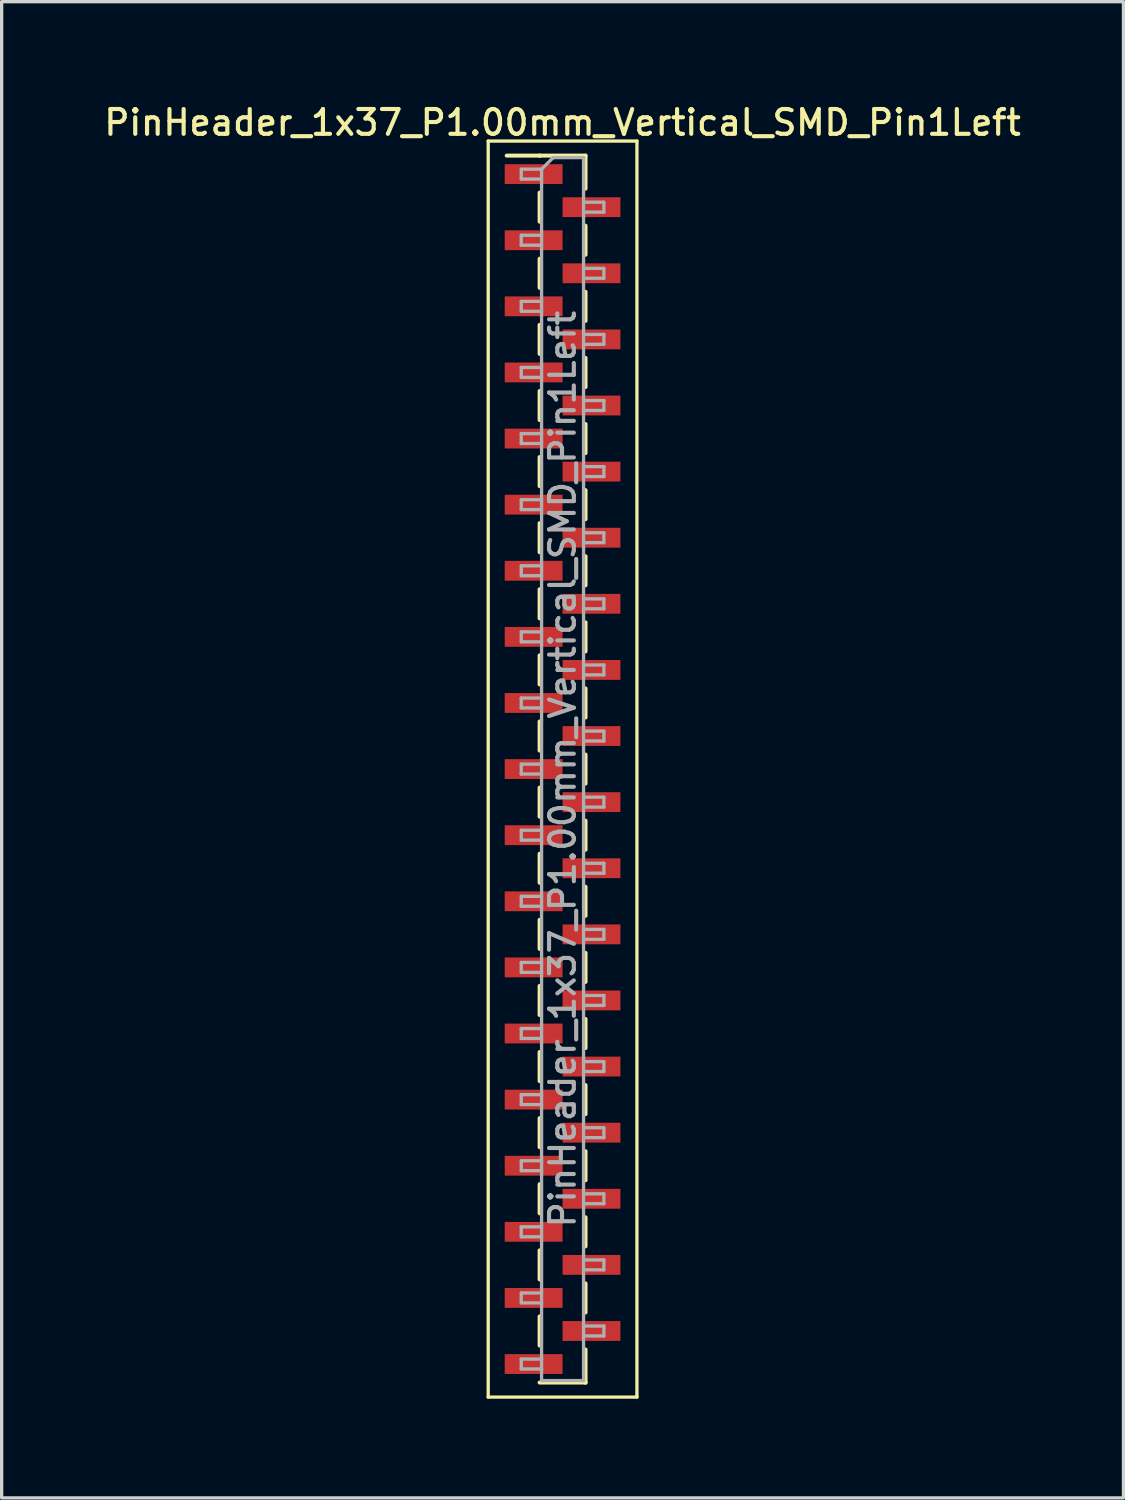
<source format=kicad_pcb>
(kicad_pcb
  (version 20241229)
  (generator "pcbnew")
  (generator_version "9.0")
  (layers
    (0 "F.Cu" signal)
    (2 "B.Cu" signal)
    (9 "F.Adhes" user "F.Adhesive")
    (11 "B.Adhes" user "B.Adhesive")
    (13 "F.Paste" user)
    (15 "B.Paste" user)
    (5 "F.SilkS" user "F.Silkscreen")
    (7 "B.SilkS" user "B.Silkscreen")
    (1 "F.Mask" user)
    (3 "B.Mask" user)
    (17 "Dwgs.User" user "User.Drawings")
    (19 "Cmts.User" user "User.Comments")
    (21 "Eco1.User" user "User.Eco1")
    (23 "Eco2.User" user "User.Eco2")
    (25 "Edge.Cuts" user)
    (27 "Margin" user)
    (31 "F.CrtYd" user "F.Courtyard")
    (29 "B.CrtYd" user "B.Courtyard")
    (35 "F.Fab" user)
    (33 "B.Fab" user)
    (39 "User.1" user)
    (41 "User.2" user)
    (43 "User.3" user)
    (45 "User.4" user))
  (footprint "PinHeader_1x37_P1.00mm_Vertical_SMD_Pin1Left"
    (layer "F.Cu")
    (at 13.97 20.218)
    (property "Reference" "PinHeader_1x37_P1.00mm_Vertical_SMD_Pin1Left" (at 0 -19.56 0) (layer "F.SilkS") (effects (font (size 0.75 0.75) (thickness 0.125))))
    (attr smd)
    (fp_line (start -2.25 -19) (end -2.25 19) (stroke (width 0.1) (type solid)) (layer "F.SilkS"))
    (fp_line (start -2.25 19) (end 2.25 19) (stroke (width 0.1) (type solid)) (layer "F.SilkS"))
    (fp_line (start -0.695 -18.56) (end -1.69 -18.56) (stroke (width 0.12) (type solid)) (layer "F.SilkS"))
    (fp_line (start -0.695 -18.56) (end -0.695 -18.56) (stroke (width 0.12) (type solid)) (layer "F.SilkS"))
    (fp_line (start -0.695 -18.56) (end 0.695 -18.56) (stroke (width 0.12) (type solid)) (layer "F.SilkS"))
    (fp_line (start -0.695 -17.44) (end -0.695 -16.56) (stroke (width 0.12) (type solid)) (layer "F.SilkS"))
    (fp_line (start -0.695 -15.44) (end -0.695 -14.56) (stroke (width 0.12) (type solid)) (layer "F.SilkS"))
    (fp_line (start -0.695 -13.44) (end -0.695 -12.56) (stroke (width 0.12) (type solid)) (layer "F.SilkS"))
    (fp_line (start -0.695 -11.44) (end -0.695 -10.56) (stroke (width 0.12) (type solid)) (layer "F.SilkS"))
    (fp_line (start -0.695 -9.44) (end -0.695 -8.56) (stroke (width 0.12) (type solid)) (layer "F.SilkS"))
    (fp_line (start -0.695 -7.44) (end -0.695 -6.56) (stroke (width 0.12) (type solid)) (layer "F.SilkS"))
    (fp_line (start -0.695 -5.44) (end -0.695 -4.56) (stroke (width 0.12) (type solid)) (layer "F.SilkS"))
    (fp_line (start -0.695 -3.44) (end -0.695 -2.56) (stroke (width 0.12) (type solid)) (layer "F.SilkS"))
    (fp_line (start -0.695 -1.44) (end -0.695 -0.56) (stroke (width 0.12) (type solid)) (layer "F.SilkS"))
    (fp_line (start -0.695 0.56) (end -0.695 1.44) (stroke (width 0.12) (type solid)) (layer "F.SilkS"))
    (fp_line (start -0.695 2.56) (end -0.695 3.44) (stroke (width 0.12) (type solid)) (layer "F.SilkS"))
    (fp_line (start -0.695 4.56) (end -0.695 5.44) (stroke (width 0.12) (type solid)) (layer "F.SilkS"))
    (fp_line (start -0.695 6.56) (end -0.695 7.44) (stroke (width 0.12) (type solid)) (layer "F.SilkS"))
    (fp_line (start -0.695 8.56) (end -0.695 9.44) (stroke (width 0.12) (type solid)) (layer "F.SilkS"))
    (fp_line (start -0.695 10.56) (end -0.695 11.44) (stroke (width 0.12) (type solid)) (layer "F.SilkS"))
    (fp_line (start -0.695 12.56) (end -0.695 13.44) (stroke (width 0.12) (type solid)) (layer "F.SilkS"))
    (fp_line (start -0.695 14.56) (end -0.695 15.44) (stroke (width 0.12) (type solid)) (layer "F.SilkS"))
    (fp_line (start -0.695 16.56) (end -0.695 17.44) (stroke (width 0.12) (type solid)) (layer "F.SilkS"))
    (fp_line (start -0.695 18.56) (end 0.695 18.56) (stroke (width 0.12) (type solid)) (layer "F.SilkS"))
    (fp_line (start 0.695 -18.56) (end 0.695 -17.56) (stroke (width 0.12) (type solid)) (layer "F.SilkS"))
    (fp_line (start 0.695 -16.44) (end 0.695 -15.56) (stroke (width 0.12) (type solid)) (layer "F.SilkS"))
    (fp_line (start 0.695 -14.44) (end 0.695 -13.56) (stroke (width 0.12) (type solid)) (layer "F.SilkS"))
    (fp_line (start 0.695 -12.44) (end 0.695 -11.56) (stroke (width 0.12) (type solid)) (layer "F.SilkS"))
    (fp_line (start 0.695 -10.44) (end 0.695 -9.56) (stroke (width 0.12) (type solid)) (layer "F.SilkS"))
    (fp_line (start 0.695 -8.44) (end 0.695 -7.56) (stroke (width 0.12) (type solid)) (layer "F.SilkS"))
    (fp_line (start 0.695 -6.44) (end 0.695 -5.56) (stroke (width 0.12) (type solid)) (layer "F.SilkS"))
    (fp_line (start 0.695 -4.44) (end 0.695 -3.56) (stroke (width 0.12) (type solid)) (layer "F.SilkS"))
    (fp_line (start 0.695 -2.44) (end 0.695 -1.56) (stroke (width 0.12) (type solid)) (layer "F.SilkS"))
    (fp_line (start 0.695 -0.44) (end 0.695 0.44) (stroke (width 0.12) (type solid)) (layer "F.SilkS"))
    (fp_line (start 0.695 1.56) (end 0.695 2.44) (stroke (width 0.12) (type solid)) (layer "F.SilkS"))
    (fp_line (start 0.695 3.56) (end 0.695 4.44) (stroke (width 0.12) (type solid)) (layer "F.SilkS"))
    (fp_line (start 0.695 5.56) (end 0.695 6.44) (stroke (width 0.12) (type solid)) (layer "F.SilkS"))
    (fp_line (start 0.695 7.56) (end 0.695 8.44) (stroke (width 0.12) (type solid)) (layer "F.SilkS"))
    (fp_line (start 0.695 9.56) (end 0.695 10.44) (stroke (width 0.12) (type solid)) (layer "F.SilkS"))
    (fp_line (start 0.695 11.56) (end 0.695 12.44) (stroke (width 0.12) (type solid)) (layer "F.SilkS"))
    (fp_line (start 0.695 13.56) (end 0.695 14.44) (stroke (width 0.12) (type solid)) (layer "F.SilkS"))
    (fp_line (start 0.695 15.56) (end 0.695 16.44) (stroke (width 0.12) (type solid)) (layer "F.SilkS"))
    (fp_line (start 0.695 17.56) (end 0.695 18.56) (stroke (width 0.12) (type solid)) (layer "F.SilkS"))
    (fp_line (start 0.695 18.56) (end 0.695 18.56) (stroke (width 0.12) (type solid)) (layer "F.SilkS"))
    (fp_line (start 2.25 -19) (end -2.25 -19) (stroke (width 0.1) (type solid)) (layer "F.SilkS"))
    (fp_line (start 2.25 19) (end 2.25 -19) (stroke (width 0.1) (type solid)) (layer "F.SilkS"))
    (fp_line (start -1.25 -18.15) (end -1.25 -17.85) (stroke (width 0.1) (type solid)) (layer "F.Fab"))
    (fp_line (start -1.25 -17.85) (end -0.635 -17.85) (stroke (width 0.1) (type solid)) (layer "F.Fab"))
    (fp_line (start -1.25 -16.15) (end -1.25 -15.85) (stroke (width 0.1) (type solid)) (layer "F.Fab"))
    (fp_line (start -1.25 -15.85) (end -0.635 -15.85) (stroke (width 0.1) (type solid)) (layer "F.Fab"))
    (fp_line (start -1.25 -14.15) (end -1.25 -13.85) (stroke (width 0.1) (type solid)) (layer "F.Fab"))
    (fp_line (start -1.25 -13.85) (end -0.635 -13.85) (stroke (width 0.1) (type solid)) (layer "F.Fab"))
    (fp_line (start -1.25 -12.15) (end -1.25 -11.85) (stroke (width 0.1) (type solid)) (layer "F.Fab"))
    (fp_line (start -1.25 -11.85) (end -0.635 -11.85) (stroke (width 0.1) (type solid)) (layer "F.Fab"))
    (fp_line (start -1.25 -10.15) (end -1.25 -9.85) (stroke (width 0.1) (type solid)) (layer "F.Fab"))
    (fp_line (start -1.25 -9.85) (end -0.635 -9.85) (stroke (width 0.1) (type solid)) (layer "F.Fab"))
    (fp_line (start -1.25 -8.15) (end -1.25 -7.85) (stroke (width 0.1) (type solid)) (layer "F.Fab"))
    (fp_line (start -1.25 -7.85) (end -0.635 -7.85) (stroke (width 0.1) (type solid)) (layer "F.Fab"))
    (fp_line (start -1.25 -6.15) (end -1.25 -5.85) (stroke (width 0.1) (type solid)) (layer "F.Fab"))
    (fp_line (start -1.25 -5.85) (end -0.635 -5.85) (stroke (width 0.1) (type solid)) (layer "F.Fab"))
    (fp_line (start -1.25 -4.15) (end -1.25 -3.85) (stroke (width 0.1) (type solid)) (layer "F.Fab"))
    (fp_line (start -1.25 -3.85) (end -0.635 -3.85) (stroke (width 0.1) (type solid)) (layer "F.Fab"))
    (fp_line (start -1.25 -2.15) (end -1.25 -1.85) (stroke (width 0.1) (type solid)) (layer "F.Fab"))
    (fp_line (start -1.25 -1.85) (end -0.635 -1.85) (stroke (width 0.1) (type solid)) (layer "F.Fab"))
    (fp_line (start -1.25 -0.15) (end -1.25 0.15) (stroke (width 0.1) (type solid)) (layer "F.Fab"))
    (fp_line (start -1.25 0.15) (end -0.635 0.15) (stroke (width 0.1) (type solid)) (layer "F.Fab"))
    (fp_line (start -1.25 1.85) (end -1.25 2.15) (stroke (width 0.1) (type solid)) (layer "F.Fab"))
    (fp_line (start -1.25 2.15) (end -0.635 2.15) (stroke (width 0.1) (type solid)) (layer "F.Fab"))
    (fp_line (start -1.25 3.85) (end -1.25 4.15) (stroke (width 0.1) (type solid)) (layer "F.Fab"))
    (fp_line (start -1.25 4.15) (end -0.635 4.15) (stroke (width 0.1) (type solid)) (layer "F.Fab"))
    (fp_line (start -1.25 5.85) (end -1.25 6.15) (stroke (width 0.1) (type solid)) (layer "F.Fab"))
    (fp_line (start -1.25 6.15) (end -0.635 6.15) (stroke (width 0.1) (type solid)) (layer "F.Fab"))
    (fp_line (start -1.25 7.85) (end -1.25 8.15) (stroke (width 0.1) (type solid)) (layer "F.Fab"))
    (fp_line (start -1.25 8.15) (end -0.635 8.15) (stroke (width 0.1) (type solid)) (layer "F.Fab"))
    (fp_line (start -1.25 9.85) (end -1.25 10.15) (stroke (width 0.1) (type solid)) (layer "F.Fab"))
    (fp_line (start -1.25 10.15) (end -0.635 10.15) (stroke (width 0.1) (type solid)) (layer "F.Fab"))
    (fp_line (start -1.25 11.85) (end -1.25 12.15) (stroke (width 0.1) (type solid)) (layer "F.Fab"))
    (fp_line (start -1.25 12.15) (end -0.635 12.15) (stroke (width 0.1) (type solid)) (layer "F.Fab"))
    (fp_line (start -1.25 13.85) (end -1.25 14.15) (stroke (width 0.1) (type solid)) (layer "F.Fab"))
    (fp_line (start -1.25 14.15) (end -0.635 14.15) (stroke (width 0.1) (type solid)) (layer "F.Fab"))
    (fp_line (start -1.25 15.85) (end -1.25 16.15) (stroke (width 0.1) (type solid)) (layer "F.Fab"))
    (fp_line (start -1.25 16.15) (end -0.635 16.15) (stroke (width 0.1) (type solid)) (layer "F.Fab"))
    (fp_line (start -1.25 17.85) (end -1.25 18.15) (stroke (width 0.1) (type solid)) (layer "F.Fab"))
    (fp_line (start -1.25 18.15) (end -0.635 18.15) (stroke (width 0.1) (type solid)) (layer "F.Fab"))
    (fp_line (start -0.635 -18.15) (end -1.25 -18.15) (stroke (width 0.1) (type solid)) (layer "F.Fab"))
    (fp_line (start -0.635 -18.15) (end -0.285 -18.5) (stroke (width 0.1) (type solid)) (layer "F.Fab"))
    (fp_line (start -0.635 -16.15) (end -1.25 -16.15) (stroke (width 0.1) (type solid)) (layer "F.Fab"))
    (fp_line (start -0.635 -14.15) (end -1.25 -14.15) (stroke (width 0.1) (type solid)) (layer "F.Fab"))
    (fp_line (start -0.635 -12.15) (end -1.25 -12.15) (stroke (width 0.1) (type solid)) (layer "F.Fab"))
    (fp_line (start -0.635 -10.15) (end -1.25 -10.15) (stroke (width 0.1) (type solid)) (layer "F.Fab"))
    (fp_line (start -0.635 -8.15) (end -1.25 -8.15) (stroke (width 0.1) (type solid)) (layer "F.Fab"))
    (fp_line (start -0.635 -6.15) (end -1.25 -6.15) (stroke (width 0.1) (type solid)) (layer "F.Fab"))
    (fp_line (start -0.635 -4.15) (end -1.25 -4.15) (stroke (width 0.1) (type solid)) (layer "F.Fab"))
    (fp_line (start -0.635 -2.15) (end -1.25 -2.15) (stroke (width 0.1) (type solid)) (layer "F.Fab"))
    (fp_line (start -0.635 -0.15) (end -1.25 -0.15) (stroke (width 0.1) (type solid)) (layer "F.Fab"))
    (fp_line (start -0.635 1.85) (end -1.25 1.85) (stroke (width 0.1) (type solid)) (layer "F.Fab"))
    (fp_line (start -0.635 3.85) (end -1.25 3.85) (stroke (width 0.1) (type solid)) (layer "F.Fab"))
    (fp_line (start -0.635 5.85) (end -1.25 5.85) (stroke (width 0.1) (type solid)) (layer "F.Fab"))
    (fp_line (start -0.635 7.85) (end -1.25 7.85) (stroke (width 0.1) (type solid)) (layer "F.Fab"))
    (fp_line (start -0.635 9.85) (end -1.25 9.85) (stroke (width 0.1) (type solid)) (layer "F.Fab"))
    (fp_line (start -0.635 11.85) (end -1.25 11.85) (stroke (width 0.1) (type solid)) (layer "F.Fab"))
    (fp_line (start -0.635 13.85) (end -1.25 13.85) (stroke (width 0.1) (type solid)) (layer "F.Fab"))
    (fp_line (start -0.635 15.85) (end -1.25 15.85) (stroke (width 0.1) (type solid)) (layer "F.Fab"))
    (fp_line (start -0.635 17.85) (end -1.25 17.85) (stroke (width 0.1) (type solid)) (layer "F.Fab"))
    (fp_line (start -0.635 18.5) (end -0.635 -18.15) (stroke (width 0.1) (type solid)) (layer "F.Fab"))
    (fp_line (start -0.285 -18.5) (end 0.635 -18.5) (stroke (width 0.1) (type solid)) (layer "F.Fab"))
    (fp_line (start 0.635 -18.5) (end 0.635 18.5) (stroke (width 0.1) (type solid)) (layer "F.Fab"))
    (fp_line (start 0.635 -17.15) (end 1.25 -17.15) (stroke (width 0.1) (type solid)) (layer "F.Fab"))
    (fp_line (start 0.635 -15.15) (end 1.25 -15.15) (stroke (width 0.1) (type solid)) (layer "F.Fab"))
    (fp_line (start 0.635 -13.15) (end 1.25 -13.15) (stroke (width 0.1) (type solid)) (layer "F.Fab"))
    (fp_line (start 0.635 -11.15) (end 1.25 -11.15) (stroke (width 0.1) (type solid)) (layer "F.Fab"))
    (fp_line (start 0.635 -9.15) (end 1.25 -9.15) (stroke (width 0.1) (type solid)) (layer "F.Fab"))
    (fp_line (start 0.635 -7.15) (end 1.25 -7.15) (stroke (width 0.1) (type solid)) (layer "F.Fab"))
    (fp_line (start 0.635 -5.15) (end 1.25 -5.15) (stroke (width 0.1) (type solid)) (layer "F.Fab"))
    (fp_line (start 0.635 -3.15) (end 1.25 -3.15) (stroke (width 0.1) (type solid)) (layer "F.Fab"))
    (fp_line (start 0.635 -1.15) (end 1.25 -1.15) (stroke (width 0.1) (type solid)) (layer "F.Fab"))
    (fp_line (start 0.635 0.85) (end 1.25 0.85) (stroke (width 0.1) (type solid)) (layer "F.Fab"))
    (fp_line (start 0.635 2.85) (end 1.25 2.85) (stroke (width 0.1) (type solid)) (layer "F.Fab"))
    (fp_line (start 0.635 4.85) (end 1.25 4.85) (stroke (width 0.1) (type solid)) (layer "F.Fab"))
    (fp_line (start 0.635 6.85) (end 1.25 6.85) (stroke (width 0.1) (type solid)) (layer "F.Fab"))
    (fp_line (start 0.635 8.85) (end 1.25 8.85) (stroke (width 0.1) (type solid)) (layer "F.Fab"))
    (fp_line (start 0.635 10.85) (end 1.25 10.85) (stroke (width 0.1) (type solid)) (layer "F.Fab"))
    (fp_line (start 0.635 12.85) (end 1.25 12.85) (stroke (width 0.1) (type solid)) (layer "F.Fab"))
    (fp_line (start 0.635 14.85) (end 1.25 14.85) (stroke (width 0.1) (type solid)) (layer "F.Fab"))
    (fp_line (start 0.635 16.85) (end 1.25 16.85) (stroke (width 0.1) (type solid)) (layer "F.Fab"))
    (fp_line (start 0.635 18.5) (end -0.635 18.5) (stroke (width 0.1) (type solid)) (layer "F.Fab"))
    (fp_line (start 1.25 -17.15) (end 1.25 -16.85) (stroke (width 0.1) (type solid)) (layer "F.Fab"))
    (fp_line (start 1.25 -16.85) (end 0.635 -16.85) (stroke (width 0.1) (type solid)) (layer "F.Fab"))
    (fp_line (start 1.25 -15.15) (end 1.25 -14.85) (stroke (width 0.1) (type solid)) (layer "F.Fab"))
    (fp_line (start 1.25 -14.85) (end 0.635 -14.85) (stroke (width 0.1) (type solid)) (layer "F.Fab"))
    (fp_line (start 1.25 -13.15) (end 1.25 -12.85) (stroke (width 0.1) (type solid)) (layer "F.Fab"))
    (fp_line (start 1.25 -12.85) (end 0.635 -12.85) (stroke (width 0.1) (type solid)) (layer "F.Fab"))
    (fp_line (start 1.25 -11.15) (end 1.25 -10.85) (stroke (width 0.1) (type solid)) (layer "F.Fab"))
    (fp_line (start 1.25 -10.85) (end 0.635 -10.85) (stroke (width 0.1) (type solid)) (layer "F.Fab"))
    (fp_line (start 1.25 -9.15) (end 1.25 -8.85) (stroke (width 0.1) (type solid)) (layer "F.Fab"))
    (fp_line (start 1.25 -8.85) (end 0.635 -8.85) (stroke (width 0.1) (type solid)) (layer "F.Fab"))
    (fp_line (start 1.25 -7.15) (end 1.25 -6.85) (stroke (width 0.1) (type solid)) (layer "F.Fab"))
    (fp_line (start 1.25 -6.85) (end 0.635 -6.85) (stroke (width 0.1) (type solid)) (layer "F.Fab"))
    (fp_line (start 1.25 -5.15) (end 1.25 -4.85) (stroke (width 0.1) (type solid)) (layer "F.Fab"))
    (fp_line (start 1.25 -4.85) (end 0.635 -4.85) (stroke (width 0.1) (type solid)) (layer "F.Fab"))
    (fp_line (start 1.25 -3.15) (end 1.25 -2.85) (stroke (width 0.1) (type solid)) (layer "F.Fab"))
    (fp_line (start 1.25 -2.85) (end 0.635 -2.85) (stroke (width 0.1) (type solid)) (layer "F.Fab"))
    (fp_line (start 1.25 -1.15) (end 1.25 -0.85) (stroke (width 0.1) (type solid)) (layer "F.Fab"))
    (fp_line (start 1.25 -0.85) (end 0.635 -0.85) (stroke (width 0.1) (type solid)) (layer "F.Fab"))
    (fp_line (start 1.25 0.85) (end 1.25 1.15) (stroke (width 0.1) (type solid)) (layer "F.Fab"))
    (fp_line (start 1.25 1.15) (end 0.635 1.15) (stroke (width 0.1) (type solid)) (layer "F.Fab"))
    (fp_line (start 1.25 2.85) (end 1.25 3.15) (stroke (width 0.1) (type solid)) (layer "F.Fab"))
    (fp_line (start 1.25 3.15) (end 0.635 3.15) (stroke (width 0.1) (type solid)) (layer "F.Fab"))
    (fp_line (start 1.25 4.85) (end 1.25 5.15) (stroke (width 0.1) (type solid)) (layer "F.Fab"))
    (fp_line (start 1.25 5.15) (end 0.635 5.15) (stroke (width 0.1) (type solid)) (layer "F.Fab"))
    (fp_line (start 1.25 6.85) (end 1.25 7.15) (stroke (width 0.1) (type solid)) (layer "F.Fab"))
    (fp_line (start 1.25 7.15) (end 0.635 7.15) (stroke (width 0.1) (type solid)) (layer "F.Fab"))
    (fp_line (start 1.25 8.85) (end 1.25 9.15) (stroke (width 0.1) (type solid)) (layer "F.Fab"))
    (fp_line (start 1.25 9.15) (end 0.635 9.15) (stroke (width 0.1) (type solid)) (layer "F.Fab"))
    (fp_line (start 1.25 10.85) (end 1.25 11.15) (stroke (width 0.1) (type solid)) (layer "F.Fab"))
    (fp_line (start 1.25 11.15) (end 0.635 11.15) (stroke (width 0.1) (type solid)) (layer "F.Fab"))
    (fp_line (start 1.25 12.85) (end 1.25 13.15) (stroke (width 0.1) (type solid)) (layer "F.Fab"))
    (fp_line (start 1.25 13.15) (end 0.635 13.15) (stroke (width 0.1) (type solid)) (layer "F.Fab"))
    (fp_line (start 1.25 14.85) (end 1.25 15.15) (stroke (width 0.1) (type solid)) (layer "F.Fab"))
    (fp_line (start 1.25 15.15) (end 0.635 15.15) (stroke (width 0.1) (type solid)) (layer "F.Fab"))
    (fp_line (start 1.25 16.85) (end 1.25 17.15) (stroke (width 0.1) (type solid)) (layer "F.Fab"))
    (fp_line (start 1.25 17.15) (end 0.635 17.15) (stroke (width 0.1) (type solid)) (layer "F.Fab"))
    (fp_text user "${REFERENCE}" (at 0 0 90) (layer "F.Fab") (effects (font (size 0.75 0.75) (thickness 0.125))))
    (pad "1" smd rect (at -0.875 -18) (size 1.75 0.6) (layers "F.Cu" "F.Mask" "F.Paste"))
    (pad "2" smd rect (at 0.875 -17) (size 1.75 0.6) (layers "F.Cu" "F.Mask" "F.Paste"))
    (pad "3" smd rect (at -0.875 -16) (size 1.75 0.6) (layers "F.Cu" "F.Mask" "F.Paste"))
    (pad "4" smd rect (at 0.875 -15) (size 1.75 0.6) (layers "F.Cu" "F.Mask" "F.Paste"))
    (pad "5" smd rect (at -0.875 -14) (size 1.75 0.6) (layers "F.Cu" "F.Mask" "F.Paste"))
    (pad "6" smd rect (at 0.875 -13) (size 1.75 0.6) (layers "F.Cu" "F.Mask" "F.Paste"))
    (pad "7" smd rect (at -0.875 -12) (size 1.75 0.6) (layers "F.Cu" "F.Mask" "F.Paste"))
    (pad "8" smd rect (at 0.875 -11) (size 1.75 0.6) (layers "F.Cu" "F.Mask" "F.Paste"))
    (pad "9" smd rect (at -0.875 -10) (size 1.75 0.6) (layers "F.Cu" "F.Mask" "F.Paste"))
    (pad "10" smd rect (at 0.875 -9) (size 1.75 0.6) (layers "F.Cu" "F.Mask" "F.Paste"))
    (pad "11" smd rect (at -0.875 -8) (size 1.75 0.6) (layers "F.Cu" "F.Mask" "F.Paste"))
    (pad "12" smd rect (at 0.875 -7) (size 1.75 0.6) (layers "F.Cu" "F.Mask" "F.Paste"))
    (pad "13" smd rect (at -0.875 -6) (size 1.75 0.6) (layers "F.Cu" "F.Mask" "F.Paste"))
    (pad "14" smd rect (at 0.875 -5) (size 1.75 0.6) (layers "F.Cu" "F.Mask" "F.Paste"))
    (pad "15" smd rect (at -0.875 -4) (size 1.75 0.6) (layers "F.Cu" "F.Mask" "F.Paste"))
    (pad "16" smd rect (at 0.875 -3) (size 1.75 0.6) (layers "F.Cu" "F.Mask" "F.Paste"))
    (pad "17" smd rect (at -0.875 -2) (size 1.75 0.6) (layers "F.Cu" "F.Mask" "F.Paste"))
    (pad "18" smd rect (at 0.875 -1) (size 1.75 0.6) (layers "F.Cu" "F.Mask" "F.Paste"))
    (pad "19" smd rect (at -0.875 0) (size 1.75 0.6) (layers "F.Cu" "F.Mask" "F.Paste"))
    (pad "20" smd rect (at 0.875 1) (size 1.75 0.6) (layers "F.Cu" "F.Mask" "F.Paste"))
    (pad "21" smd rect (at -0.875 2) (size 1.75 0.6) (layers "F.Cu" "F.Mask" "F.Paste"))
    (pad "22" smd rect (at 0.875 3) (size 1.75 0.6) (layers "F.Cu" "F.Mask" "F.Paste"))
    (pad "23" smd rect (at -0.875 4) (size 1.75 0.6) (layers "F.Cu" "F.Mask" "F.Paste"))
    (pad "24" smd rect (at 0.875 5) (size 1.75 0.6) (layers "F.Cu" "F.Mask" "F.Paste"))
    (pad "25" smd rect (at -0.875 6) (size 1.75 0.6) (layers "F.Cu" "F.Mask" "F.Paste"))
    (pad "26" smd rect (at 0.875 7) (size 1.75 0.6) (layers "F.Cu" "F.Mask" "F.Paste"))
    (pad "27" smd rect (at -0.875 8) (size 1.75 0.6) (layers "F.Cu" "F.Mask" "F.Paste"))
    (pad "28" smd rect (at 0.875 9) (size 1.75 0.6) (layers "F.Cu" "F.Mask" "F.Paste"))
    (pad "29" smd rect (at -0.875 10) (size 1.75 0.6) (layers "F.Cu" "F.Mask" "F.Paste"))
    (pad "30" smd rect (at 0.875 11) (size 1.75 0.6) (layers "F.Cu" "F.Mask" "F.Paste"))
    (pad "31" smd rect (at -0.875 12) (size 1.75 0.6) (layers "F.Cu" "F.Mask" "F.Paste"))
    (pad "32" smd rect (at 0.875 13) (size 1.75 0.6) (layers "F.Cu" "F.Mask" "F.Paste"))
    (pad "33" smd rect (at -0.875 14) (size 1.75 0.6) (layers "F.Cu" "F.Mask" "F.Paste"))
    (pad "34" smd rect (at 0.875 15) (size 1.75 0.6) (layers "F.Cu" "F.Mask" "F.Paste"))
    (pad "35" smd rect (at -0.875 16) (size 1.75 0.6) (layers "F.Cu" "F.Mask" "F.Paste"))
    (pad "36" smd rect (at 0.875 17) (size 1.75 0.6) (layers "F.Cu" "F.Mask" "F.Paste"))
    (pad "37" smd rect (at -0.875 18) (size 1.75 0.6) (layers "F.Cu" "F.Mask" "F.Paste")))
  (gr_rect
    (start -3 -3)
    (end 30.939 42.268)
    (stroke (width 0.1) (type default))
    (fill no)
    (layer "Edge.Cuts")))
</source>
